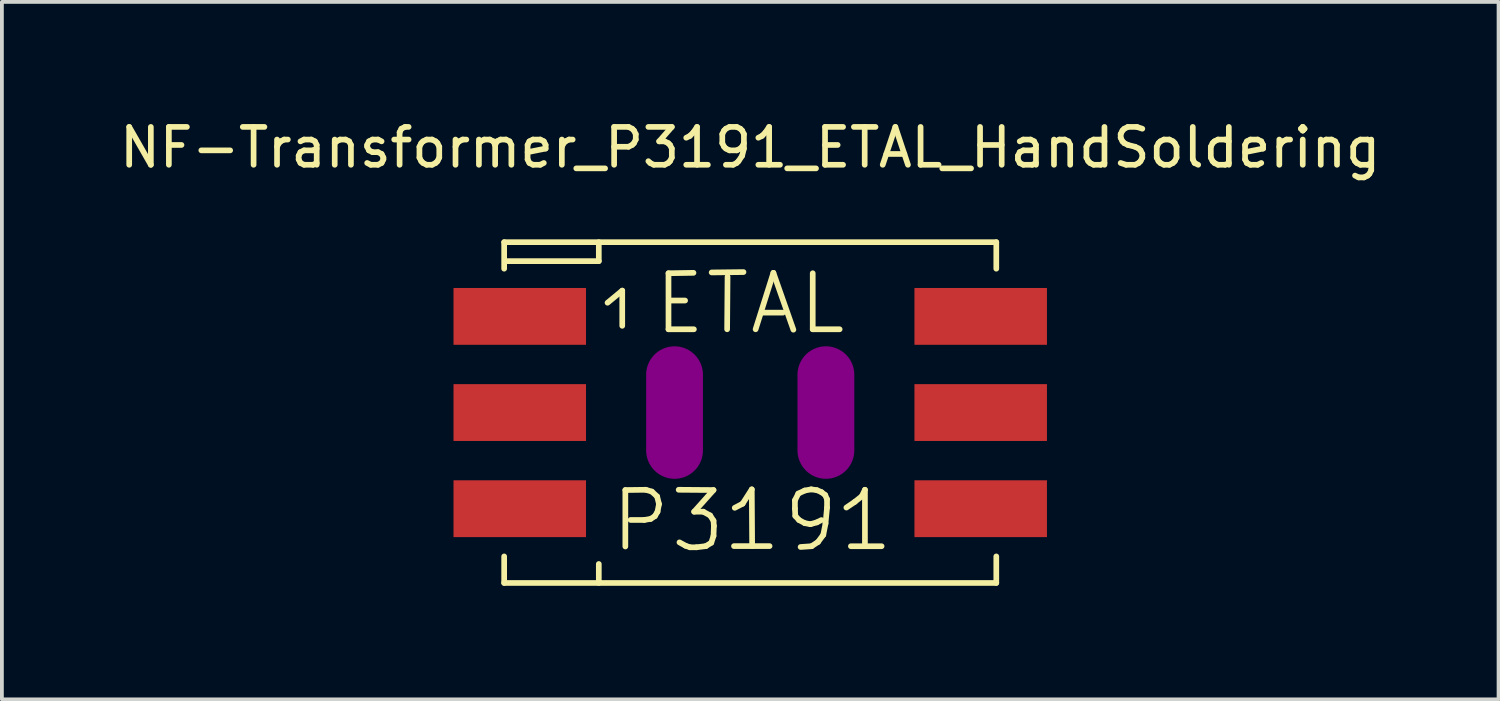
<source format=kicad_pcb>
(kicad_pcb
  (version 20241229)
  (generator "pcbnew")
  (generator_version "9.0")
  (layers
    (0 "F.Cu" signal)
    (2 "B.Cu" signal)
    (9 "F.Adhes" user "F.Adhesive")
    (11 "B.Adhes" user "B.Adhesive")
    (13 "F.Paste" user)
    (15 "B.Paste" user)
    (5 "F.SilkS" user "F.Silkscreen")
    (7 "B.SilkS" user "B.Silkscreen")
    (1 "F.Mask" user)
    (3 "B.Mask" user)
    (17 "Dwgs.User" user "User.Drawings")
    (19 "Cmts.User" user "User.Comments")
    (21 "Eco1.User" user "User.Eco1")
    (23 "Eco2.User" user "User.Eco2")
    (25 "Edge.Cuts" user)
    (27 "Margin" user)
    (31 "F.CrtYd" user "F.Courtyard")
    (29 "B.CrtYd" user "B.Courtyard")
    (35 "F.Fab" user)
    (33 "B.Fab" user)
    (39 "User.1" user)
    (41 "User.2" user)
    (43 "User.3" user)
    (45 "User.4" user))
  (footprint "NF-Transformer_P3191_ETAL_HandSoldering"
    (layer "F.Cu")
    (at 16.768 7.848)
    (property "Reference" "NF-Transformer_P3191_ETAL_HandSoldering" (at 0 -7 0) (layer "F.SilkS") (effects (font (size 1 1) (thickness 0.15))))
    (attr smd)
    (fp_line (start -6.5 -4.501) (end -6.5 -3.8) (stroke (width 0.15) (type solid)) (layer "F.SilkS"))
    (fp_line (start -6.5 3.8) (end -6.5 4.501) (stroke (width 0.15) (type solid)) (layer "F.SilkS"))
    (fp_line (start -6.5 4.501) (end 6.5 4.501) (stroke (width 0.15) (type solid)) (layer "F.SilkS"))
    (fp_line (start -4 -4.501) (end -4 -4) (stroke (width 0.15) (type solid)) (layer "F.SilkS"))
    (fp_line (start -4 -4) (end -6.421 -4) (stroke (width 0.15) (type solid)) (layer "F.SilkS"))
    (fp_line (start -4 4.501) (end -4 4) (stroke (width 0.15) (type solid)) (layer "F.SilkS"))
    (fp_line (start -3.769 -2.901) (end -3.381 -3.221) (stroke (width 0.15) (type solid)) (layer "F.SilkS"))
    (fp_line (start -3.381 -3.221) (end -3.381 -2.291) (stroke (width 0.15) (type solid)) (layer "F.SilkS"))
    (fp_line (start -3.299 2.047) (end -2.758 2.04) (stroke (width 0.15) (type solid)) (layer "F.SilkS"))
    (fp_line (start -3.299 3.538) (end -3.299 2.047) (stroke (width 0.15) (type solid)) (layer "F.SilkS"))
    (fp_line (start -2.799 2.837) (end -3.16 2.837) (stroke (width 0.15) (type solid)) (layer "F.SilkS"))
    (fp_line (start -2.758 2.04) (end -2.598 2.088) (stroke (width 0.15) (type solid)) (layer "F.SilkS"))
    (fp_line (start -2.629 2.809) (end -2.799 2.837) (stroke (width 0.15) (type solid)) (layer "F.SilkS"))
    (fp_line (start -2.598 2.088) (end -2.459 2.217) (stroke (width 0.15) (type solid)) (layer "F.SilkS"))
    (fp_line (start -2.52 2.738) (end -2.629 2.809) (stroke (width 0.15) (type solid)) (layer "F.SilkS"))
    (fp_line (start -2.459 2.217) (end -2.41 2.418) (stroke (width 0.15) (type solid)) (layer "F.SilkS"))
    (fp_line (start -2.449 2.619) (end -2.52 2.738) (stroke (width 0.15) (type solid)) (layer "F.SilkS"))
    (fp_line (start -2.41 2.418) (end -2.449 2.619) (stroke (width 0.15) (type solid)) (layer "F.SilkS"))
    (fp_line (start -2.159 -3.68) (end -2.159 -2.2) (stroke (width 0.15) (type solid)) (layer "F.SilkS"))
    (fp_line (start -2.159 -2.2) (end -1.488 -2.2) (stroke (width 0.15) (type solid)) (layer "F.SilkS"))
    (fp_line (start -2.129 -2.959) (end -1.72 -2.959) (stroke (width 0.15) (type solid)) (layer "F.SilkS"))
    (fp_line (start -1.89 2.04) (end -0.97 2.047) (stroke (width 0.15) (type solid)) (layer "F.SilkS"))
    (fp_line (start -1.709 3.518) (end -1.869 3.429) (stroke (width 0.15) (type solid)) (layer "F.SilkS"))
    (fp_line (start -1.59 3.559) (end -1.709 3.518) (stroke (width 0.15) (type solid)) (layer "F.SilkS"))
    (fp_line (start -1.499 -3.691) (end -2.159 -3.68) (stroke (width 0.15) (type solid)) (layer "F.SilkS"))
    (fp_line (start -1.481 2.619) (end -1.24 2.619) (stroke (width 0.15) (type solid)) (layer "F.SilkS"))
    (fp_line (start -1.42 3.559) (end -1.59 3.559) (stroke (width 0.15) (type solid)) (layer "F.SilkS"))
    (fp_line (start -1.24 2.619) (end -1.059 2.718) (stroke (width 0.15) (type solid)) (layer "F.SilkS"))
    (fp_line (start -1.171 3.528) (end -1.42 3.559) (stroke (width 0.15) (type solid)) (layer "F.SilkS"))
    (fp_line (start -1.059 2.718) (end -0.97 2.857) (stroke (width 0.15) (type solid)) (layer "F.SilkS"))
    (fp_line (start -1.029 3.439) (end -1.171 3.528) (stroke (width 0.15) (type solid)) (layer "F.SilkS"))
    (fp_line (start -1.019 -3.701) (end -0.178 -3.711) (stroke (width 0.15) (type solid)) (layer "F.SilkS"))
    (fp_line (start -0.97 2.047) (end -1.481 2.619) (stroke (width 0.15) (type solid)) (layer "F.SilkS"))
    (fp_line (start -0.97 2.857) (end -0.96 2.997) (stroke (width 0.15) (type solid)) (layer "F.SilkS"))
    (fp_line (start -0.97 3.259) (end -1.029 3.439) (stroke (width 0.15) (type solid)) (layer "F.SilkS"))
    (fp_line (start -0.96 2.997) (end -0.97 3.259) (stroke (width 0.15) (type solid)) (layer "F.SilkS"))
    (fp_line (start -0.61 -2.2) (end -0.599 -3.589) (stroke (width 0.15) (type solid)) (layer "F.SilkS"))
    (fp_line (start -0.429 3.528) (end 0.511 3.528) (stroke (width 0.15) (type solid)) (layer "F.SilkS"))
    (fp_line (start -0.409 2.517) (end -0.201 2.408) (stroke (width 0.15) (type solid)) (layer "F.SilkS"))
    (fp_line (start -0.201 2.408) (end 0.041 2.029) (stroke (width 0.15) (type solid)) (layer "F.SilkS"))
    (fp_line (start 0.041 2.029) (end 0.051 3.528) (stroke (width 0.15) (type solid)) (layer "F.SilkS"))
    (fp_line (start 0.142 -2.2) (end 0.612 -3.691) (stroke (width 0.15) (type solid)) (layer "F.SilkS"))
    (fp_line (start 0.32 -2.639) (end 0.861 -2.639) (stroke (width 0.15) (type solid)) (layer "F.SilkS"))
    (fp_line (start 0.612 -3.691) (end 1.14 -2.189) (stroke (width 0.15) (type solid)) (layer "F.SilkS"))
    (fp_line (start 1.181 2.319) (end 1.181 2.54) (stroke (width 0.15) (type solid)) (layer "F.SilkS"))
    (fp_line (start 1.181 2.54) (end 1.191 2.731) (stroke (width 0.15) (type solid)) (layer "F.SilkS"))
    (fp_line (start 1.191 2.731) (end 1.29 2.84) (stroke (width 0.15) (type solid)) (layer "F.SilkS"))
    (fp_line (start 1.27 2.141) (end 1.181 2.319) (stroke (width 0.15) (type solid)) (layer "F.SilkS"))
    (fp_line (start 1.29 2.84) (end 1.44 2.921) (stroke (width 0.15) (type solid)) (layer "F.SilkS"))
    (fp_line (start 1.331 3.551) (end 1.621 3.531) (stroke (width 0.15) (type solid)) (layer "F.SilkS"))
    (fp_line (start 1.44 2.06) (end 1.27 2.141) (stroke (width 0.15) (type solid)) (layer "F.SilkS"))
    (fp_line (start 1.44 2.921) (end 1.59 2.949) (stroke (width 0.15) (type solid)) (layer "F.SilkS"))
    (fp_line (start 1.59 2.949) (end 1.76 2.901) (stroke (width 0.15) (type solid)) (layer "F.SilkS"))
    (fp_line (start 1.61 2.029) (end 1.44 2.06) (stroke (width 0.15) (type solid)) (layer "F.SilkS"))
    (fp_line (start 1.621 3.531) (end 1.791 3.419) (stroke (width 0.15) (type solid)) (layer "F.SilkS"))
    (fp_line (start 1.651 -3.68) (end 1.651 -2.2) (stroke (width 0.15) (type solid)) (layer "F.SilkS"))
    (fp_line (start 1.651 -2.2) (end 2.362 -2.2) (stroke (width 0.15) (type solid)) (layer "F.SilkS"))
    (fp_line (start 1.76 2.05) (end 1.61 2.029) (stroke (width 0.15) (type solid)) (layer "F.SilkS"))
    (fp_line (start 1.76 2.901) (end 1.88 2.84) (stroke (width 0.15) (type solid)) (layer "F.SilkS"))
    (fp_line (start 1.791 3.419) (end 1.93 3.231) (stroke (width 0.15) (type solid)) (layer "F.SilkS"))
    (fp_line (start 1.88 2.101) (end 1.76 2.05) (stroke (width 0.15) (type solid)) (layer "F.SilkS"))
    (fp_line (start 1.93 3.231) (end 1.989 2.931) (stroke (width 0.15) (type solid)) (layer "F.SilkS"))
    (fp_line (start 1.981 2.179) (end 1.88 2.101) (stroke (width 0.15) (type solid)) (layer "F.SilkS"))
    (fp_line (start 1.989 2.931) (end 2.029 2.51) (stroke (width 0.15) (type solid)) (layer "F.SilkS"))
    (fp_line (start 2.029 2.291) (end 1.981 2.179) (stroke (width 0.15) (type solid)) (layer "F.SilkS"))
    (fp_line (start 2.029 2.51) (end 2.029 2.291) (stroke (width 0.15) (type solid)) (layer "F.SilkS"))
    (fp_line (start 2.54 2.51) (end 2.761 2.36) (stroke (width 0.15) (type solid)) (layer "F.SilkS"))
    (fp_line (start 2.659 3.531) (end 3.47 3.531) (stroke (width 0.15) (type solid)) (layer "F.SilkS"))
    (fp_line (start 2.761 2.36) (end 2.949 2.21) (stroke (width 0.15) (type solid)) (layer "F.SilkS"))
    (fp_line (start 2.949 2.21) (end 3.03 2.04) (stroke (width 0.15) (type solid)) (layer "F.SilkS"))
    (fp_line (start 3.03 2.04) (end 3.03 3.51) (stroke (width 0.15) (type solid)) (layer "F.SilkS"))
    (fp_line (start 6.5 -4.501) (end -6.5 -4.501) (stroke (width 0.15) (type solid)) (layer "F.SilkS"))
    (fp_line (start 6.5 -4.501) (end 6.5 -3.8) (stroke (width 0.15) (type solid)) (layer "F.SilkS"))
    (fp_line (start 6.5 3.8) (end 6.5 4.501) (stroke (width 0.15) (type solid)) (layer "F.SilkS"))
    (pad "" smd oval (at -1.999 0 90) (size 3.5 1.501) (layers "F.Adhes"))
    (pad "" smd oval (at 1.999 0 90) (size 3.5 1.501) (layers "F.Adhes"))
    (pad "1" smd rect (at -6.088 -2.54) (size 3.5 1.501) (layers "F.Cu" "F.Mask" "F.Paste"))
    (pad "2" smd rect (at -6.088 0) (size 3.5 1.501) (layers "F.Cu" "F.Mask" "F.Paste"))
    (pad "2" smd rect (at -6.088 2.54) (size 3.5 1.501) (layers "F.Cu" "F.Mask" "F.Paste"))
    (pad "3" smd rect (at 6.088 2.54) (size 3.5 1.501) (layers "F.Cu" "F.Mask" "F.Paste"))
    (pad "4" smd rect (at 6.088 0) (size 3.5 1.501) (layers "F.Cu" "F.Mask" "F.Paste"))
    (pad "5" smd rect (at 6.088 -2.54) (size 3.5 1.501) (layers "F.Cu" "F.Mask" "F.Paste")))
  (gr_rect
    (start -3 -3)
    (end 36.536 15.424)
    (stroke (width 0.1) (type default))
    (fill no)
    (layer "Edge.Cuts")))
</source>
